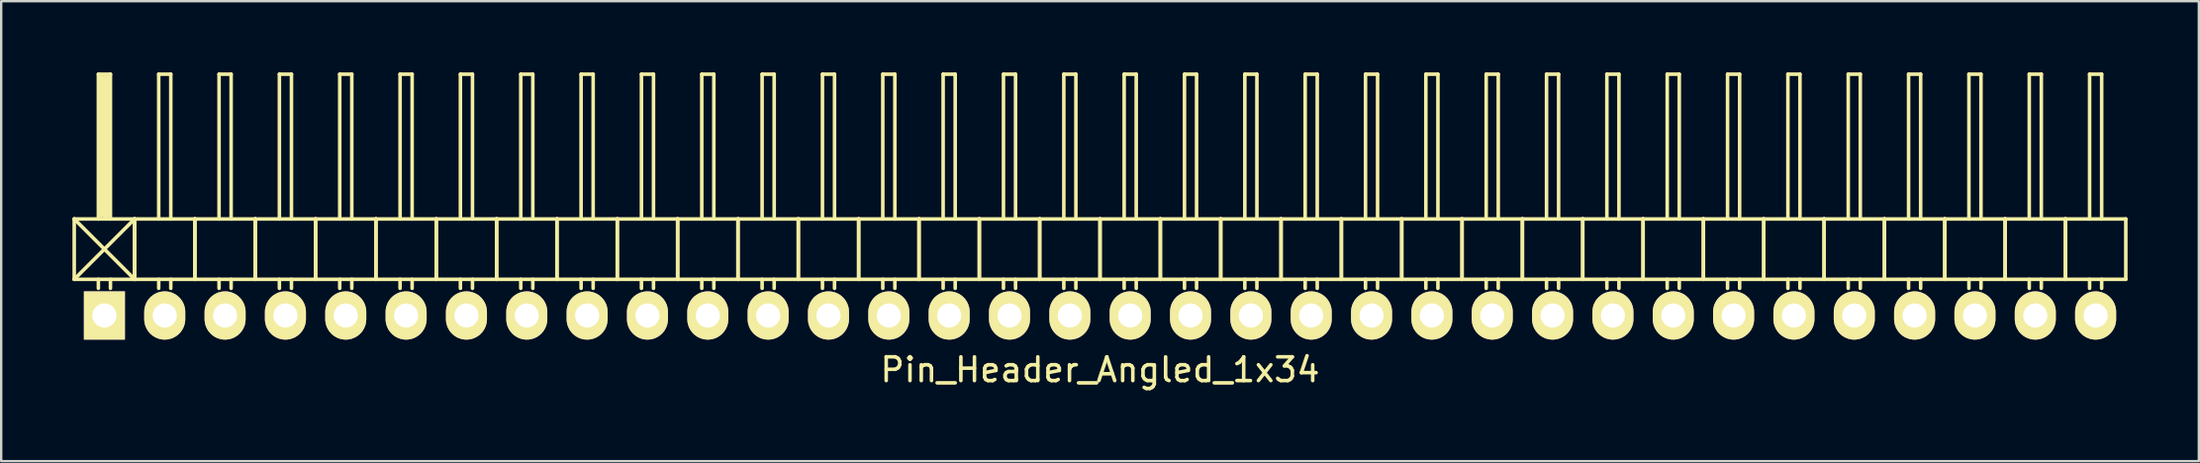
<source format=kicad_pcb>
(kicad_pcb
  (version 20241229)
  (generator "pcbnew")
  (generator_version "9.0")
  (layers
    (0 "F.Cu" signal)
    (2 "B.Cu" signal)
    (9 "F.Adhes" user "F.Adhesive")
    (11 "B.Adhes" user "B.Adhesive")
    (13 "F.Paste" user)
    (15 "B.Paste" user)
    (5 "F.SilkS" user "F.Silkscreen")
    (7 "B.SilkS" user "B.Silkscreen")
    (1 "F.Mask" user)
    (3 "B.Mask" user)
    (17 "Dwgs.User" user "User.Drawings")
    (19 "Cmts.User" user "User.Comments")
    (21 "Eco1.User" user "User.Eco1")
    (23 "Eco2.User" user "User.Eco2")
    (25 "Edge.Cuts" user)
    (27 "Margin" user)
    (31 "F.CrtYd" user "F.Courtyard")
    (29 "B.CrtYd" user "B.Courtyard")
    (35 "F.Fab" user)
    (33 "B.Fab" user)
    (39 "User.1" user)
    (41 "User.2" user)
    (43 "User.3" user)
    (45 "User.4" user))
  (footprint "Pin_Header_Angled_1x34"
    (layer "F.Cu")
    (at 43.255 10.235)
    (property "Reference" "Pin_Header_Angled_1x34" (at 0 2.286 0) (layer "F.SilkS") (effects (font (size 1 1) (thickness 0.15))))
    (attr through_hole)
    (fp_line (start -43.18 -4.064) (end -40.64 -1.524) (stroke (width 0.15) (type solid)) (layer "F.SilkS"))
    (fp_line (start -43.18 -1.524) (end -43.18 -4.064) (stroke (width 0.15) (type solid)) (layer "F.SilkS"))
    (fp_line (start -43.18 -1.524) (end -40.64 -1.524) (stroke (width 0.15) (type solid)) (layer "F.SilkS"))
    (fp_line (start -42.164 -10.16) (end -41.656 -10.16) (stroke (width 0.15) (type solid)) (layer "F.SilkS"))
    (fp_line (start -42.164 -4.064) (end -42.164 -10.16) (stroke (width 0.15) (type solid)) (layer "F.SilkS"))
    (fp_line (start -42.164 -1.524) (end -42.164 -1.143) (stroke (width 0.15) (type solid)) (layer "F.SilkS"))
    (fp_line (start -42.037 -10.033) (end -41.783 -10.033) (stroke (width 0.15) (type solid)) (layer "F.SilkS"))
    (fp_line (start -42.037 -4.191) (end -42.037 -10.033) (stroke (width 0.15) (type solid)) (layer "F.SilkS"))
    (fp_line (start -41.91 -4.191) (end -41.91 -10.033) (stroke (width 0.15) (type solid)) (layer "F.SilkS"))
    (fp_line (start -41.783 -10.033) (end -41.783 -4.191) (stroke (width 0.15) (type solid)) (layer "F.SilkS"))
    (fp_line (start -41.783 -4.191) (end -41.91 -4.191) (stroke (width 0.15) (type solid)) (layer "F.SilkS"))
    (fp_line (start -41.656 -10.16) (end -41.656 -4.064) (stroke (width 0.15) (type solid)) (layer "F.SilkS"))
    (fp_line (start -41.656 -1.524) (end -41.656 -1.143) (stroke (width 0.15) (type solid)) (layer "F.SilkS"))
    (fp_line (start -40.64 -4.064) (end -43.18 -4.064) (stroke (width 0.15) (type solid)) (layer "F.SilkS"))
    (fp_line (start -40.64 -4.064) (end -43.18 -1.524) (stroke (width 0.15) (type solid)) (layer "F.SilkS"))
    (fp_line (start -40.64 -1.524) (end -40.64 -4.064) (stroke (width 0.15) (type solid)) (layer "F.SilkS"))
    (fp_line (start -40.64 -1.524) (end -40.64 -4.064) (stroke (width 0.15) (type solid)) (layer "F.SilkS"))
    (fp_line (start -40.64 -1.524) (end -38.1 -1.524) (stroke (width 0.15) (type solid)) (layer "F.SilkS"))
    (fp_line (start -39.624 -10.16) (end -39.116 -10.16) (stroke (width 0.15) (type solid)) (layer "F.SilkS"))
    (fp_line (start -39.624 -4.064) (end -39.624 -10.16) (stroke (width 0.15) (type solid)) (layer "F.SilkS"))
    (fp_line (start -39.624 -1.524) (end -39.624 -1.143) (stroke (width 0.15) (type solid)) (layer "F.SilkS"))
    (fp_line (start -39.116 -10.16) (end -39.116 -4.064) (stroke (width 0.15) (type solid)) (layer "F.SilkS"))
    (fp_line (start -39.116 -1.524) (end -39.116 -1.143) (stroke (width 0.15) (type solid)) (layer "F.SilkS"))
    (fp_line (start -38.1 -4.064) (end -40.64 -4.064) (stroke (width 0.15) (type solid)) (layer "F.SilkS"))
    (fp_line (start -38.1 -1.524) (end -38.1 -4.064) (stroke (width 0.15) (type solid)) (layer "F.SilkS"))
    (fp_line (start -38.1 -1.524) (end -38.1 -4.064) (stroke (width 0.15) (type solid)) (layer "F.SilkS"))
    (fp_line (start -38.1 -1.524) (end -35.56 -1.524) (stroke (width 0.15) (type solid)) (layer "F.SilkS"))
    (fp_line (start -37.084 -10.16) (end -36.576 -10.16) (stroke (width 0.15) (type solid)) (layer "F.SilkS"))
    (fp_line (start -37.084 -4.064) (end -37.084 -10.16) (stroke (width 0.15) (type solid)) (layer "F.SilkS"))
    (fp_line (start -37.084 -1.524) (end -37.084 -1.143) (stroke (width 0.15) (type solid)) (layer "F.SilkS"))
    (fp_line (start -36.576 -10.16) (end -36.576 -4.064) (stroke (width 0.15) (type solid)) (layer "F.SilkS"))
    (fp_line (start -36.576 -1.524) (end -36.576 -1.143) (stroke (width 0.15) (type solid)) (layer "F.SilkS"))
    (fp_line (start -35.56 -4.064) (end -38.1 -4.064) (stroke (width 0.15) (type solid)) (layer "F.SilkS"))
    (fp_line (start -35.56 -1.524) (end -35.56 -4.064) (stroke (width 0.15) (type solid)) (layer "F.SilkS"))
    (fp_line (start -35.56 -1.524) (end -35.56 -4.064) (stroke (width 0.15) (type solid)) (layer "F.SilkS"))
    (fp_line (start -35.56 -1.524) (end -33.02 -1.524) (stroke (width 0.15) (type solid)) (layer "F.SilkS"))
    (fp_line (start -34.544 -10.16) (end -34.036 -10.16) (stroke (width 0.15) (type solid)) (layer "F.SilkS"))
    (fp_line (start -34.544 -4.064) (end -34.544 -10.16) (stroke (width 0.15) (type solid)) (layer "F.SilkS"))
    (fp_line (start -34.544 -1.524) (end -34.544 -1.143) (stroke (width 0.15) (type solid)) (layer "F.SilkS"))
    (fp_line (start -34.036 -10.16) (end -34.036 -4.064) (stroke (width 0.15) (type solid)) (layer "F.SilkS"))
    (fp_line (start -34.036 -1.524) (end -34.036 -1.143) (stroke (width 0.15) (type solid)) (layer "F.SilkS"))
    (fp_line (start -33.02 -4.064) (end -35.56 -4.064) (stroke (width 0.15) (type solid)) (layer "F.SilkS"))
    (fp_line (start -33.02 -1.524) (end -33.02 -4.064) (stroke (width 0.15) (type solid)) (layer "F.SilkS"))
    (fp_line (start -33.02 -1.524) (end -33.02 -4.064) (stroke (width 0.15) (type solid)) (layer "F.SilkS"))
    (fp_line (start -33.02 -1.524) (end -30.48 -1.524) (stroke (width 0.15) (type solid)) (layer "F.SilkS"))
    (fp_line (start -32.004 -10.16) (end -31.496 -10.16) (stroke (width 0.15) (type solid)) (layer "F.SilkS"))
    (fp_line (start -32.004 -4.064) (end -32.004 -10.16) (stroke (width 0.15) (type solid)) (layer "F.SilkS"))
    (fp_line (start -32.004 -1.524) (end -32.004 -1.143) (stroke (width 0.15) (type solid)) (layer "F.SilkS"))
    (fp_line (start -31.496 -10.16) (end -31.496 -4.064) (stroke (width 0.15) (type solid)) (layer "F.SilkS"))
    (fp_line (start -31.496 -1.524) (end -31.496 -1.143) (stroke (width 0.15) (type solid)) (layer "F.SilkS"))
    (fp_line (start -30.48 -4.064) (end -33.02 -4.064) (stroke (width 0.15) (type solid)) (layer "F.SilkS"))
    (fp_line (start -30.48 -1.524) (end -30.48 -4.064) (stroke (width 0.15) (type solid)) (layer "F.SilkS"))
    (fp_line (start -30.48 -1.524) (end -30.48 -4.064) (stroke (width 0.15) (type solid)) (layer "F.SilkS"))
    (fp_line (start -30.48 -1.524) (end -27.94 -1.524) (stroke (width 0.15) (type solid)) (layer "F.SilkS"))
    (fp_line (start -29.464 -10.16) (end -28.956 -10.16) (stroke (width 0.15) (type solid)) (layer "F.SilkS"))
    (fp_line (start -29.464 -4.064) (end -29.464 -10.16) (stroke (width 0.15) (type solid)) (layer "F.SilkS"))
    (fp_line (start -29.464 -1.524) (end -29.464 -1.143) (stroke (width 0.15) (type solid)) (layer "F.SilkS"))
    (fp_line (start -28.956 -10.16) (end -28.956 -4.064) (stroke (width 0.15) (type solid)) (layer "F.SilkS"))
    (fp_line (start -28.956 -1.524) (end -28.956 -1.143) (stroke (width 0.15) (type solid)) (layer "F.SilkS"))
    (fp_line (start -27.94 -4.064) (end -30.48 -4.064) (stroke (width 0.15) (type solid)) (layer "F.SilkS"))
    (fp_line (start -27.94 -1.524) (end -27.94 -4.064) (stroke (width 0.15) (type solid)) (layer "F.SilkS"))
    (fp_line (start -27.94 -1.524) (end -27.94 -4.064) (stroke (width 0.15) (type solid)) (layer "F.SilkS"))
    (fp_line (start -27.94 -1.524) (end -25.4 -1.524) (stroke (width 0.15) (type solid)) (layer "F.SilkS"))
    (fp_line (start -26.924 -10.16) (end -26.416 -10.16) (stroke (width 0.15) (type solid)) (layer "F.SilkS"))
    (fp_line (start -26.924 -4.064) (end -26.924 -10.16) (stroke (width 0.15) (type solid)) (layer "F.SilkS"))
    (fp_line (start -26.924 -1.524) (end -26.924 -1.143) (stroke (width 0.15) (type solid)) (layer "F.SilkS"))
    (fp_line (start -26.416 -10.16) (end -26.416 -4.064) (stroke (width 0.15) (type solid)) (layer "F.SilkS"))
    (fp_line (start -26.416 -1.524) (end -26.416 -1.143) (stroke (width 0.15) (type solid)) (layer "F.SilkS"))
    (fp_line (start -25.4 -4.064) (end -27.94 -4.064) (stroke (width 0.15) (type solid)) (layer "F.SilkS"))
    (fp_line (start -25.4 -1.524) (end -25.4 -4.064) (stroke (width 0.15) (type solid)) (layer "F.SilkS"))
    (fp_line (start -25.4 -1.524) (end -25.4 -4.064) (stroke (width 0.15) (type solid)) (layer "F.SilkS"))
    (fp_line (start -25.4 -1.524) (end -22.86 -1.524) (stroke (width 0.15) (type solid)) (layer "F.SilkS"))
    (fp_line (start -24.384 -10.16) (end -23.876 -10.16) (stroke (width 0.15) (type solid)) (layer "F.SilkS"))
    (fp_line (start -24.384 -4.064) (end -24.384 -10.16) (stroke (width 0.15) (type solid)) (layer "F.SilkS"))
    (fp_line (start -24.384 -1.524) (end -24.384 -1.143) (stroke (width 0.15) (type solid)) (layer "F.SilkS"))
    (fp_line (start -23.876 -10.16) (end -23.876 -4.064) (stroke (width 0.15) (type solid)) (layer "F.SilkS"))
    (fp_line (start -23.876 -1.524) (end -23.876 -1.143) (stroke (width 0.15) (type solid)) (layer "F.SilkS"))
    (fp_line (start -22.86 -4.064) (end -25.4 -4.064) (stroke (width 0.15) (type solid)) (layer "F.SilkS"))
    (fp_line (start -22.86 -1.524) (end -22.86 -4.064) (stroke (width 0.15) (type solid)) (layer "F.SilkS"))
    (fp_line (start -22.86 -1.524) (end -22.86 -4.064) (stroke (width 0.15) (type solid)) (layer "F.SilkS"))
    (fp_line (start -22.86 -1.524) (end -20.32 -1.524) (stroke (width 0.15) (type solid)) (layer "F.SilkS"))
    (fp_line (start -21.844 -10.16) (end -21.336 -10.16) (stroke (width 0.15) (type solid)) (layer "F.SilkS"))
    (fp_line (start -21.844 -4.064) (end -21.844 -10.16) (stroke (width 0.15) (type solid)) (layer "F.SilkS"))
    (fp_line (start -21.844 -1.524) (end -21.844 -1.143) (stroke (width 0.15) (type solid)) (layer "F.SilkS"))
    (fp_line (start -21.336 -10.16) (end -21.336 -4.064) (stroke (width 0.15) (type solid)) (layer "F.SilkS"))
    (fp_line (start -21.336 -1.524) (end -21.336 -1.143) (stroke (width 0.15) (type solid)) (layer "F.SilkS"))
    (fp_line (start -20.32 -4.064) (end -22.86 -4.064) (stroke (width 0.15) (type solid)) (layer "F.SilkS"))
    (fp_line (start -20.32 -1.524) (end -20.32 -4.064) (stroke (width 0.15) (type solid)) (layer "F.SilkS"))
    (fp_line (start -20.32 -1.524) (end -20.32 -4.064) (stroke (width 0.15) (type solid)) (layer "F.SilkS"))
    (fp_line (start -20.32 -1.524) (end -17.78 -1.524) (stroke (width 0.15) (type solid)) (layer "F.SilkS"))
    (fp_line (start -19.304 -10.16) (end -18.796 -10.16) (stroke (width 0.15) (type solid)) (layer "F.SilkS"))
    (fp_line (start -19.304 -4.064) (end -19.304 -10.16) (stroke (width 0.15) (type solid)) (layer "F.SilkS"))
    (fp_line (start -19.304 -1.524) (end -19.304 -1.143) (stroke (width 0.15) (type solid)) (layer "F.SilkS"))
    (fp_line (start -18.796 -10.16) (end -18.796 -4.064) (stroke (width 0.15) (type solid)) (layer "F.SilkS"))
    (fp_line (start -18.796 -1.524) (end -18.796 -1.143) (stroke (width 0.15) (type solid)) (layer "F.SilkS"))
    (fp_line (start -17.78 -4.064) (end -20.32 -4.064) (stroke (width 0.15) (type solid)) (layer "F.SilkS"))
    (fp_line (start -17.78 -1.524) (end -17.78 -4.064) (stroke (width 0.15) (type solid)) (layer "F.SilkS"))
    (fp_line (start -17.78 -1.524) (end -17.78 -4.064) (stroke (width 0.15) (type solid)) (layer "F.SilkS"))
    (fp_line (start -17.78 -1.524) (end -15.24 -1.524) (stroke (width 0.15) (type solid)) (layer "F.SilkS"))
    (fp_line (start -16.764 -10.16) (end -16.256 -10.16) (stroke (width 0.15) (type solid)) (layer "F.SilkS"))
    (fp_line (start -16.764 -4.064) (end -16.764 -10.16) (stroke (width 0.15) (type solid)) (layer "F.SilkS"))
    (fp_line (start -16.764 -1.524) (end -16.764 -1.143) (stroke (width 0.15) (type solid)) (layer "F.SilkS"))
    (fp_line (start -16.256 -10.16) (end -16.256 -4.064) (stroke (width 0.15) (type solid)) (layer "F.SilkS"))
    (fp_line (start -16.256 -1.524) (end -16.256 -1.143) (stroke (width 0.15) (type solid)) (layer "F.SilkS"))
    (fp_line (start -15.24 -4.064) (end -17.78 -4.064) (stroke (width 0.15) (type solid)) (layer "F.SilkS"))
    (fp_line (start -15.24 -1.524) (end -15.24 -4.064) (stroke (width 0.15) (type solid)) (layer "F.SilkS"))
    (fp_line (start -15.24 -1.524) (end -15.24 -4.064) (stroke (width 0.15) (type solid)) (layer "F.SilkS"))
    (fp_line (start -15.24 -1.524) (end -12.7 -1.524) (stroke (width 0.15) (type solid)) (layer "F.SilkS"))
    (fp_line (start -14.224 -10.16) (end -13.716 -10.16) (stroke (width 0.15) (type solid)) (layer "F.SilkS"))
    (fp_line (start -14.224 -4.064) (end -14.224 -10.16) (stroke (width 0.15) (type solid)) (layer "F.SilkS"))
    (fp_line (start -14.224 -1.524) (end -14.224 -1.143) (stroke (width 0.15) (type solid)) (layer "F.SilkS"))
    (fp_line (start -13.716 -10.16) (end -13.716 -4.064) (stroke (width 0.15) (type solid)) (layer "F.SilkS"))
    (fp_line (start -13.716 -1.524) (end -13.716 -1.143) (stroke (width 0.15) (type solid)) (layer "F.SilkS"))
    (fp_line (start -12.7 -4.064) (end -15.24 -4.064) (stroke (width 0.15) (type solid)) (layer "F.SilkS"))
    (fp_line (start -12.7 -1.524) (end -12.7 -4.064) (stroke (width 0.15) (type solid)) (layer "F.SilkS"))
    (fp_line (start -12.7 -1.524) (end -12.7 -4.064) (stroke (width 0.15) (type solid)) (layer "F.SilkS"))
    (fp_line (start -12.7 -1.524) (end -10.16 -1.524) (stroke (width 0.15) (type solid)) (layer "F.SilkS"))
    (fp_line (start -11.684 -10.16) (end -11.176 -10.16) (stroke (width 0.15) (type solid)) (layer "F.SilkS"))
    (fp_line (start -11.684 -4.064) (end -11.684 -10.16) (stroke (width 0.15) (type solid)) (layer "F.SilkS"))
    (fp_line (start -11.684 -1.524) (end -11.684 -1.143) (stroke (width 0.15) (type solid)) (layer "F.SilkS"))
    (fp_line (start -11.176 -10.16) (end -11.176 -4.064) (stroke (width 0.15) (type solid)) (layer "F.SilkS"))
    (fp_line (start -11.176 -1.524) (end -11.176 -1.143) (stroke (width 0.15) (type solid)) (layer "F.SilkS"))
    (fp_line (start -10.16 -4.064) (end -12.7 -4.064) (stroke (width 0.15) (type solid)) (layer "F.SilkS"))
    (fp_line (start -10.16 -1.524) (end -10.16 -4.064) (stroke (width 0.15) (type solid)) (layer "F.SilkS"))
    (fp_line (start -10.16 -1.524) (end -10.16 -4.064) (stroke (width 0.15) (type solid)) (layer "F.SilkS"))
    (fp_line (start -10.16 -1.524) (end -7.62 -1.524) (stroke (width 0.15) (type solid)) (layer "F.SilkS"))
    (fp_line (start -9.144 -10.16) (end -8.636 -10.16) (stroke (width 0.15) (type solid)) (layer "F.SilkS"))
    (fp_line (start -9.144 -4.064) (end -9.144 -10.16) (stroke (width 0.15) (type solid)) (layer "F.SilkS"))
    (fp_line (start -9.144 -1.524) (end -9.144 -1.143) (stroke (width 0.15) (type solid)) (layer "F.SilkS"))
    (fp_line (start -8.636 -10.16) (end -8.636 -4.064) (stroke (width 0.15) (type solid)) (layer "F.SilkS"))
    (fp_line (start -8.636 -1.524) (end -8.636 -1.143) (stroke (width 0.15) (type solid)) (layer "F.SilkS"))
    (fp_line (start -7.62 -4.064) (end -10.16 -4.064) (stroke (width 0.15) (type solid)) (layer "F.SilkS"))
    (fp_line (start -7.62 -1.524) (end -7.62 -4.064) (stroke (width 0.15) (type solid)) (layer "F.SilkS"))
    (fp_line (start -7.62 -1.524) (end -7.62 -4.064) (stroke (width 0.15) (type solid)) (layer "F.SilkS"))
    (fp_line (start -7.62 -1.524) (end -5.08 -1.524) (stroke (width 0.15) (type solid)) (layer "F.SilkS"))
    (fp_line (start -6.604 -10.16) (end -6.096 -10.16) (stroke (width 0.15) (type solid)) (layer "F.SilkS"))
    (fp_line (start -6.604 -4.064) (end -6.604 -10.16) (stroke (width 0.15) (type solid)) (layer "F.SilkS"))
    (fp_line (start -6.604 -1.524) (end -6.604 -1.143) (stroke (width 0.15) (type solid)) (layer "F.SilkS"))
    (fp_line (start -6.096 -10.16) (end -6.096 -4.064) (stroke (width 0.15) (type solid)) (layer "F.SilkS"))
    (fp_line (start -6.096 -1.524) (end -6.096 -1.143) (stroke (width 0.15) (type solid)) (layer "F.SilkS"))
    (fp_line (start -5.08 -4.064) (end -7.62 -4.064) (stroke (width 0.15) (type solid)) (layer "F.SilkS"))
    (fp_line (start -5.08 -1.524) (end -5.08 -4.064) (stroke (width 0.15) (type solid)) (layer "F.SilkS"))
    (fp_line (start -5.08 -1.524) (end -5.08 -4.064) (stroke (width 0.15) (type solid)) (layer "F.SilkS"))
    (fp_line (start -5.08 -1.524) (end -2.54 -1.524) (stroke (width 0.15) (type solid)) (layer "F.SilkS"))
    (fp_line (start -4.064 -10.16) (end -3.556 -10.16) (stroke (width 0.15) (type solid)) (layer "F.SilkS"))
    (fp_line (start -4.064 -4.064) (end -4.064 -10.16) (stroke (width 0.15) (type solid)) (layer "F.SilkS"))
    (fp_line (start -4.064 -1.524) (end -4.064 -1.143) (stroke (width 0.15) (type solid)) (layer "F.SilkS"))
    (fp_line (start -3.556 -10.16) (end -3.556 -4.064) (stroke (width 0.15) (type solid)) (layer "F.SilkS"))
    (fp_line (start -3.556 -1.524) (end -3.556 -1.143) (stroke (width 0.15) (type solid)) (layer "F.SilkS"))
    (fp_line (start -2.54 -4.064) (end -5.08 -4.064) (stroke (width 0.15) (type solid)) (layer "F.SilkS"))
    (fp_line (start -2.54 -1.524) (end -2.54 -4.064) (stroke (width 0.15) (type solid)) (layer "F.SilkS"))
    (fp_line (start -2.54 -1.524) (end -2.54 -4.064) (stroke (width 0.15) (type solid)) (layer "F.SilkS"))
    (fp_line (start -2.54 -1.524) (end 0 -1.524) (stroke (width 0.15) (type solid)) (layer "F.SilkS"))
    (fp_line (start -1.524 -10.16) (end -1.016 -10.16) (stroke (width 0.15) (type solid)) (layer "F.SilkS"))
    (fp_line (start -1.524 -4.064) (end -1.524 -10.16) (stroke (width 0.15) (type solid)) (layer "F.SilkS"))
    (fp_line (start -1.524 -1.524) (end -1.524 -1.143) (stroke (width 0.15) (type solid)) (layer "F.SilkS"))
    (fp_line (start -1.016 -10.16) (end -1.016 -4.064) (stroke (width 0.15) (type solid)) (layer "F.SilkS"))
    (fp_line (start -1.016 -1.524) (end -1.016 -1.143) (stroke (width 0.15) (type solid)) (layer "F.SilkS"))
    (fp_line (start 0 -4.064) (end -2.54 -4.064) (stroke (width 0.15) (type solid)) (layer "F.SilkS"))
    (fp_line (start 0 -1.524) (end 0 -4.064) (stroke (width 0.15) (type solid)) (layer "F.SilkS"))
    (fp_line (start 0 -1.524) (end 0 -4.064) (stroke (width 0.15) (type solid)) (layer "F.SilkS"))
    (fp_line (start 0 -1.524) (end 2.54 -1.524) (stroke (width 0.15) (type solid)) (layer "F.SilkS"))
    (fp_line (start 1.016 -10.16) (end 1.524 -10.16) (stroke (width 0.15) (type solid)) (layer "F.SilkS"))
    (fp_line (start 1.016 -4.064) (end 1.016 -10.16) (stroke (width 0.15) (type solid)) (layer "F.SilkS"))
    (fp_line (start 1.016 -1.524) (end 1.016 -1.143) (stroke (width 0.15) (type solid)) (layer "F.SilkS"))
    (fp_line (start 1.524 -10.16) (end 1.524 -4.064) (stroke (width 0.15) (type solid)) (layer "F.SilkS"))
    (fp_line (start 1.524 -1.524) (end 1.524 -1.143) (stroke (width 0.15) (type solid)) (layer "F.SilkS"))
    (fp_line (start 2.54 -4.064) (end 0 -4.064) (stroke (width 0.15) (type solid)) (layer "F.SilkS"))
    (fp_line (start 2.54 -1.524) (end 2.54 -4.064) (stroke (width 0.15) (type solid)) (layer "F.SilkS"))
    (fp_line (start 2.54 -1.524) (end 2.54 -4.064) (stroke (width 0.15) (type solid)) (layer "F.SilkS"))
    (fp_line (start 2.54 -1.524) (end 5.08 -1.524) (stroke (width 0.15) (type solid)) (layer "F.SilkS"))
    (fp_line (start 3.556 -10.16) (end 4.064 -10.16) (stroke (width 0.15) (type solid)) (layer "F.SilkS"))
    (fp_line (start 3.556 -4.064) (end 3.556 -10.16) (stroke (width 0.15) (type solid)) (layer "F.SilkS"))
    (fp_line (start 3.556 -1.524) (end 3.556 -1.143) (stroke (width 0.15) (type solid)) (layer "F.SilkS"))
    (fp_line (start 4.064 -10.16) (end 4.064 -4.064) (stroke (width 0.15) (type solid)) (layer "F.SilkS"))
    (fp_line (start 4.064 -1.524) (end 4.064 -1.143) (stroke (width 0.15) (type solid)) (layer "F.SilkS"))
    (fp_line (start 5.08 -4.064) (end 2.54 -4.064) (stroke (width 0.15) (type solid)) (layer "F.SilkS"))
    (fp_line (start 5.08 -1.524) (end 5.08 -4.064) (stroke (width 0.15) (type solid)) (layer "F.SilkS"))
    (fp_line (start 5.08 -1.524) (end 5.08 -4.064) (stroke (width 0.15) (type solid)) (layer "F.SilkS"))
    (fp_line (start 5.08 -1.524) (end 7.62 -1.524) (stroke (width 0.15) (type solid)) (layer "F.SilkS"))
    (fp_line (start 6.096 -10.16) (end 6.604 -10.16) (stroke (width 0.15) (type solid)) (layer "F.SilkS"))
    (fp_line (start 6.096 -4.064) (end 6.096 -10.16) (stroke (width 0.15) (type solid)) (layer "F.SilkS"))
    (fp_line (start 6.096 -1.524) (end 6.096 -1.143) (stroke (width 0.15) (type solid)) (layer "F.SilkS"))
    (fp_line (start 6.604 -10.16) (end 6.604 -4.064) (stroke (width 0.15) (type solid)) (layer "F.SilkS"))
    (fp_line (start 6.604 -1.524) (end 6.604 -1.143) (stroke (width 0.15) (type solid)) (layer "F.SilkS"))
    (fp_line (start 7.62 -4.064) (end 5.08 -4.064) (stroke (width 0.15) (type solid)) (layer "F.SilkS"))
    (fp_line (start 7.62 -1.524) (end 7.62 -4.064) (stroke (width 0.15) (type solid)) (layer "F.SilkS"))
    (fp_line (start 7.62 -1.524) (end 7.62 -4.064) (stroke (width 0.15) (type solid)) (layer "F.SilkS"))
    (fp_line (start 7.62 -1.524) (end 10.16 -1.524) (stroke (width 0.15) (type solid)) (layer "F.SilkS"))
    (fp_line (start 8.636 -10.16) (end 9.144 -10.16) (stroke (width 0.15) (type solid)) (layer "F.SilkS"))
    (fp_line (start 8.636 -4.064) (end 8.636 -10.16) (stroke (width 0.15) (type solid)) (layer "F.SilkS"))
    (fp_line (start 8.636 -1.524) (end 8.636 -1.143) (stroke (width 0.15) (type solid)) (layer "F.SilkS"))
    (fp_line (start 9.144 -10.16) (end 9.144 -4.064) (stroke (width 0.15) (type solid)) (layer "F.SilkS"))
    (fp_line (start 9.144 -1.524) (end 9.144 -1.143) (stroke (width 0.15) (type solid)) (layer "F.SilkS"))
    (fp_line (start 10.16 -4.064) (end 7.62 -4.064) (stroke (width 0.15) (type solid)) (layer "F.SilkS"))
    (fp_line (start 10.16 -1.524) (end 10.16 -4.064) (stroke (width 0.15) (type solid)) (layer "F.SilkS"))
    (fp_line (start 10.16 -1.524) (end 10.16 -4.064) (stroke (width 0.15) (type solid)) (layer "F.SilkS"))
    (fp_line (start 10.16 -1.524) (end 12.7 -1.524) (stroke (width 0.15) (type solid)) (layer "F.SilkS"))
    (fp_line (start 11.176 -10.16) (end 11.684 -10.16) (stroke (width 0.15) (type solid)) (layer "F.SilkS"))
    (fp_line (start 11.176 -4.064) (end 11.176 -10.16) (stroke (width 0.15) (type solid)) (layer "F.SilkS"))
    (fp_line (start 11.176 -1.524) (end 11.176 -1.143) (stroke (width 0.15) (type solid)) (layer "F.SilkS"))
    (fp_line (start 11.684 -10.16) (end 11.684 -4.064) (stroke (width 0.15) (type solid)) (layer "F.SilkS"))
    (fp_line (start 11.684 -1.524) (end 11.684 -1.143) (stroke (width 0.15) (type solid)) (layer "F.SilkS"))
    (fp_line (start 12.7 -4.064) (end 10.16 -4.064) (stroke (width 0.15) (type solid)) (layer "F.SilkS"))
    (fp_line (start 12.7 -1.524) (end 12.7 -4.064) (stroke (width 0.15) (type solid)) (layer "F.SilkS"))
    (fp_line (start 12.7 -1.524) (end 12.7 -4.064) (stroke (width 0.15) (type solid)) (layer "F.SilkS"))
    (fp_line (start 12.7 -1.524) (end 15.24 -1.524) (stroke (width 0.15) (type solid)) (layer "F.SilkS"))
    (fp_line (start 13.716 -10.16) (end 14.224 -10.16) (stroke (width 0.15) (type solid)) (layer "F.SilkS"))
    (fp_line (start 13.716 -4.064) (end 13.716 -10.16) (stroke (width 0.15) (type solid)) (layer "F.SilkS"))
    (fp_line (start 13.716 -1.524) (end 13.716 -1.143) (stroke (width 0.15) (type solid)) (layer "F.SilkS"))
    (fp_line (start 14.224 -10.16) (end 14.224 -4.064) (stroke (width 0.15) (type solid)) (layer "F.SilkS"))
    (fp_line (start 14.224 -1.524) (end 14.224 -1.143) (stroke (width 0.15) (type solid)) (layer "F.SilkS"))
    (fp_line (start 15.24 -4.064) (end 12.7 -4.064) (stroke (width 0.15) (type solid)) (layer "F.SilkS"))
    (fp_line (start 15.24 -1.524) (end 15.24 -4.064) (stroke (width 0.15) (type solid)) (layer "F.SilkS"))
    (fp_line (start 15.24 -1.524) (end 15.24 -4.064) (stroke (width 0.15) (type solid)) (layer "F.SilkS"))
    (fp_line (start 15.24 -1.524) (end 17.78 -1.524) (stroke (width 0.15) (type solid)) (layer "F.SilkS"))
    (fp_line (start 16.256 -10.16) (end 16.764 -10.16) (stroke (width 0.15) (type solid)) (layer "F.SilkS"))
    (fp_line (start 16.256 -4.064) (end 16.256 -10.16) (stroke (width 0.15) (type solid)) (layer "F.SilkS"))
    (fp_line (start 16.256 -1.524) (end 16.256 -1.143) (stroke (width 0.15) (type solid)) (layer "F.SilkS"))
    (fp_line (start 16.764 -10.16) (end 16.764 -4.064) (stroke (width 0.15) (type solid)) (layer "F.SilkS"))
    (fp_line (start 16.764 -1.524) (end 16.764 -1.143) (stroke (width 0.15) (type solid)) (layer "F.SilkS"))
    (fp_line (start 17.78 -4.064) (end 15.24 -4.064) (stroke (width 0.15) (type solid)) (layer "F.SilkS"))
    (fp_line (start 17.78 -1.524) (end 17.78 -4.064) (stroke (width 0.15) (type solid)) (layer "F.SilkS"))
    (fp_line (start 17.78 -1.524) (end 17.78 -4.064) (stroke (width 0.15) (type solid)) (layer "F.SilkS"))
    (fp_line (start 17.78 -1.524) (end 20.32 -1.524) (stroke (width 0.15) (type solid)) (layer "F.SilkS"))
    (fp_line (start 18.796 -10.16) (end 19.304 -10.16) (stroke (width 0.15) (type solid)) (layer "F.SilkS"))
    (fp_line (start 18.796 -4.064) (end 18.796 -10.16) (stroke (width 0.15) (type solid)) (layer "F.SilkS"))
    (fp_line (start 18.796 -1.524) (end 18.796 -1.143) (stroke (width 0.15) (type solid)) (layer "F.SilkS"))
    (fp_line (start 19.304 -10.16) (end 19.304 -4.064) (stroke (width 0.15) (type solid)) (layer "F.SilkS"))
    (fp_line (start 19.304 -1.524) (end 19.304 -1.143) (stroke (width 0.15) (type solid)) (layer "F.SilkS"))
    (fp_line (start 20.32 -4.064) (end 17.78 -4.064) (stroke (width 0.15) (type solid)) (layer "F.SilkS"))
    (fp_line (start 20.32 -1.524) (end 20.32 -4.064) (stroke (width 0.15) (type solid)) (layer "F.SilkS"))
    (fp_line (start 20.32 -1.524) (end 20.32 -4.064) (stroke (width 0.15) (type solid)) (layer "F.SilkS"))
    (fp_line (start 20.32 -1.524) (end 22.86 -1.524) (stroke (width 0.15) (type solid)) (layer "F.SilkS"))
    (fp_line (start 21.336 -10.16) (end 21.844 -10.16) (stroke (width 0.15) (type solid)) (layer "F.SilkS"))
    (fp_line (start 21.336 -4.064) (end 21.336 -10.16) (stroke (width 0.15) (type solid)) (layer "F.SilkS"))
    (fp_line (start 21.336 -1.524) (end 21.336 -1.143) (stroke (width 0.15) (type solid)) (layer "F.SilkS"))
    (fp_line (start 21.844 -10.16) (end 21.844 -4.064) (stroke (width 0.15) (type solid)) (layer "F.SilkS"))
    (fp_line (start 21.844 -1.524) (end 21.844 -1.143) (stroke (width 0.15) (type solid)) (layer "F.SilkS"))
    (fp_line (start 22.86 -4.064) (end 20.32 -4.064) (stroke (width 0.15) (type solid)) (layer "F.SilkS"))
    (fp_line (start 22.86 -1.524) (end 22.86 -4.064) (stroke (width 0.15) (type solid)) (layer "F.SilkS"))
    (fp_line (start 22.86 -1.524) (end 22.86 -4.064) (stroke (width 0.15) (type solid)) (layer "F.SilkS"))
    (fp_line (start 22.86 -1.524) (end 25.4 -1.524) (stroke (width 0.15) (type solid)) (layer "F.SilkS"))
    (fp_line (start 23.876 -10.16) (end 24.384 -10.16) (stroke (width 0.15) (type solid)) (layer "F.SilkS"))
    (fp_line (start 23.876 -4.064) (end 23.876 -10.16) (stroke (width 0.15) (type solid)) (layer "F.SilkS"))
    (fp_line (start 23.876 -1.524) (end 23.876 -1.143) (stroke (width 0.15) (type solid)) (layer "F.SilkS"))
    (fp_line (start 24.384 -10.16) (end 24.384 -4.064) (stroke (width 0.15) (type solid)) (layer "F.SilkS"))
    (fp_line (start 24.384 -1.524) (end 24.384 -1.143) (stroke (width 0.15) (type solid)) (layer "F.SilkS"))
    (fp_line (start 25.4 -4.064) (end 22.86 -4.064) (stroke (width 0.15) (type solid)) (layer "F.SilkS"))
    (fp_line (start 25.4 -1.524) (end 25.4 -4.064) (stroke (width 0.15) (type solid)) (layer "F.SilkS"))
    (fp_line (start 25.4 -1.524) (end 25.4 -4.064) (stroke (width 0.15) (type solid)) (layer "F.SilkS"))
    (fp_line (start 25.4 -1.524) (end 27.94 -1.524) (stroke (width 0.15) (type solid)) (layer "F.SilkS"))
    (fp_line (start 26.416 -10.16) (end 26.924 -10.16) (stroke (width 0.15) (type solid)) (layer "F.SilkS"))
    (fp_line (start 26.416 -4.064) (end 26.416 -10.16) (stroke (width 0.15) (type solid)) (layer "F.SilkS"))
    (fp_line (start 26.416 -1.524) (end 26.416 -1.143) (stroke (width 0.15) (type solid)) (layer "F.SilkS"))
    (fp_line (start 26.924 -10.16) (end 26.924 -4.064) (stroke (width 0.15) (type solid)) (layer "F.SilkS"))
    (fp_line (start 26.924 -1.524) (end 26.924 -1.143) (stroke (width 0.15) (type solid)) (layer "F.SilkS"))
    (fp_line (start 27.94 -4.064) (end 25.4 -4.064) (stroke (width 0.15) (type solid)) (layer "F.SilkS"))
    (fp_line (start 27.94 -1.524) (end 27.94 -4.064) (stroke (width 0.15) (type solid)) (layer "F.SilkS"))
    (fp_line (start 27.94 -1.524) (end 27.94 -4.064) (stroke (width 0.15) (type solid)) (layer "F.SilkS"))
    (fp_line (start 27.94 -1.524) (end 30.48 -1.524) (stroke (width 0.15) (type solid)) (layer "F.SilkS"))
    (fp_line (start 28.956 -10.16) (end 29.464 -10.16) (stroke (width 0.15) (type solid)) (layer "F.SilkS"))
    (fp_line (start 28.956 -4.064) (end 28.956 -10.16) (stroke (width 0.15) (type solid)) (layer "F.SilkS"))
    (fp_line (start 28.956 -1.524) (end 28.956 -1.143) (stroke (width 0.15) (type solid)) (layer "F.SilkS"))
    (fp_line (start 29.464 -10.16) (end 29.464 -4.064) (stroke (width 0.15) (type solid)) (layer "F.SilkS"))
    (fp_line (start 29.464 -1.524) (end 29.464 -1.143) (stroke (width 0.15) (type solid)) (layer "F.SilkS"))
    (fp_line (start 30.48 -4.064) (end 27.94 -4.064) (stroke (width 0.15) (type solid)) (layer "F.SilkS"))
    (fp_line (start 30.48 -1.524) (end 30.48 -4.064) (stroke (width 0.15) (type solid)) (layer "F.SilkS"))
    (fp_line (start 30.48 -1.524) (end 30.48 -4.064) (stroke (width 0.15) (type solid)) (layer "F.SilkS"))
    (fp_line (start 30.48 -1.524) (end 33.02 -1.524) (stroke (width 0.15) (type solid)) (layer "F.SilkS"))
    (fp_line (start 31.496 -10.16) (end 32.004 -10.16) (stroke (width 0.15) (type solid)) (layer "F.SilkS"))
    (fp_line (start 31.496 -4.064) (end 31.496 -10.16) (stroke (width 0.15) (type solid)) (layer "F.SilkS"))
    (fp_line (start 31.496 -1.524) (end 31.496 -1.143) (stroke (width 0.15) (type solid)) (layer "F.SilkS"))
    (fp_line (start 32.004 -10.16) (end 32.004 -4.064) (stroke (width 0.15) (type solid)) (layer "F.SilkS"))
    (fp_line (start 32.004 -1.524) (end 32.004 -1.143) (stroke (width 0.15) (type solid)) (layer "F.SilkS"))
    (fp_line (start 33.02 -4.064) (end 30.48 -4.064) (stroke (width 0.15) (type solid)) (layer "F.SilkS"))
    (fp_line (start 33.02 -1.524) (end 33.02 -4.064) (stroke (width 0.15) (type solid)) (layer "F.SilkS"))
    (fp_line (start 33.02 -1.524) (end 33.02 -4.064) (stroke (width 0.15) (type solid)) (layer "F.SilkS"))
    (fp_line (start 33.02 -1.524) (end 35.56 -1.524) (stroke (width 0.15) (type solid)) (layer "F.SilkS"))
    (fp_line (start 34.036 -10.16) (end 34.544 -10.16) (stroke (width 0.15) (type solid)) (layer "F.SilkS"))
    (fp_line (start 34.036 -4.064) (end 34.036 -10.16) (stroke (width 0.15) (type solid)) (layer "F.SilkS"))
    (fp_line (start 34.036 -1.524) (end 34.036 -1.143) (stroke (width 0.15) (type solid)) (layer "F.SilkS"))
    (fp_line (start 34.544 -10.16) (end 34.544 -4.064) (stroke (width 0.15) (type solid)) (layer "F.SilkS"))
    (fp_line (start 34.544 -1.524) (end 34.544 -1.143) (stroke (width 0.15) (type solid)) (layer "F.SilkS"))
    (fp_line (start 35.56 -4.064) (end 33.02 -4.064) (stroke (width 0.15) (type solid)) (layer "F.SilkS"))
    (fp_line (start 35.56 -1.524) (end 35.56 -4.064) (stroke (width 0.15) (type solid)) (layer "F.SilkS"))
    (fp_line (start 35.56 -1.524) (end 35.56 -4.064) (stroke (width 0.15) (type solid)) (layer "F.SilkS"))
    (fp_line (start 35.56 -1.524) (end 38.1 -1.524) (stroke (width 0.15) (type solid)) (layer "F.SilkS"))
    (fp_line (start 36.576 -10.16) (end 37.084 -10.16) (stroke (width 0.15) (type solid)) (layer "F.SilkS"))
    (fp_line (start 36.576 -4.064) (end 36.576 -10.16) (stroke (width 0.15) (type solid)) (layer "F.SilkS"))
    (fp_line (start 36.576 -1.524) (end 36.576 -1.143) (stroke (width 0.15) (type solid)) (layer "F.SilkS"))
    (fp_line (start 37.084 -10.16) (end 37.084 -4.064) (stroke (width 0.15) (type solid)) (layer "F.SilkS"))
    (fp_line (start 37.084 -1.524) (end 37.084 -1.143) (stroke (width 0.15) (type solid)) (layer "F.SilkS"))
    (fp_line (start 38.1 -4.064) (end 35.56 -4.064) (stroke (width 0.15) (type solid)) (layer "F.SilkS"))
    (fp_line (start 38.1 -1.524) (end 38.1 -4.064) (stroke (width 0.15) (type solid)) (layer "F.SilkS"))
    (fp_line (start 38.1 -1.524) (end 38.1 -4.064) (stroke (width 0.15) (type solid)) (layer "F.SilkS"))
    (fp_line (start 38.1 -1.524) (end 40.64 -1.524) (stroke (width 0.15) (type solid)) (layer "F.SilkS"))
    (fp_line (start 39.116 -10.16) (end 39.624 -10.16) (stroke (width 0.15) (type solid)) (layer "F.SilkS"))
    (fp_line (start 39.116 -4.064) (end 39.116 -10.16) (stroke (width 0.15) (type solid)) (layer "F.SilkS"))
    (fp_line (start 39.116 -1.524) (end 39.116 -1.143) (stroke (width 0.15) (type solid)) (layer "F.SilkS"))
    (fp_line (start 39.624 -10.16) (end 39.624 -4.064) (stroke (width 0.15) (type solid)) (layer "F.SilkS"))
    (fp_line (start 39.624 -1.524) (end 39.624 -1.143) (stroke (width 0.15) (type solid)) (layer "F.SilkS"))
    (fp_line (start 40.64 -4.064) (end 38.1 -4.064) (stroke (width 0.15) (type solid)) (layer "F.SilkS"))
    (fp_line (start 40.64 -1.524) (end 40.64 -4.064) (stroke (width 0.15) (type solid)) (layer "F.SilkS"))
    (fp_line (start 40.64 -1.524) (end 40.64 -4.064) (stroke (width 0.15) (type solid)) (layer "F.SilkS"))
    (fp_line (start 40.64 -1.524) (end 43.18 -1.524) (stroke (width 0.15) (type solid)) (layer "F.SilkS"))
    (fp_line (start 41.656 -10.16) (end 42.164 -10.16) (stroke (width 0.15) (type solid)) (layer "F.SilkS"))
    (fp_line (start 41.656 -4.064) (end 41.656 -10.16) (stroke (width 0.15) (type solid)) (layer "F.SilkS"))
    (fp_line (start 41.656 -1.524) (end 41.656 -1.143) (stroke (width 0.15) (type solid)) (layer "F.SilkS"))
    (fp_line (start 42.164 -10.16) (end 42.164 -4.064) (stroke (width 0.15) (type solid)) (layer "F.SilkS"))
    (fp_line (start 42.164 -1.524) (end 42.164 -1.143) (stroke (width 0.15) (type solid)) (layer "F.SilkS"))
    (fp_line (start 43.18 -4.064) (end 40.64 -4.064) (stroke (width 0.15) (type solid)) (layer "F.SilkS"))
    (fp_line (start 43.18 -1.524) (end 43.18 -4.064) (stroke (width 0.15) (type solid)) (layer "F.SilkS"))
    (pad "1" thru_hole rect (at -41.91 0) (size 1.727 2.032) (drill 1.016) (layers "*.Cu" "*.Mask" "F.SilkS"))
    (pad "2" thru_hole oval (at -39.37 0) (size 1.727 2.032) (drill 1.016) (layers "*.Cu" "*.Mask" "F.SilkS"))
    (pad "3" thru_hole oval (at -36.83 0) (size 1.727 2.032) (drill 1.016) (layers "*.Cu" "*.Mask" "F.SilkS"))
    (pad "4" thru_hole oval (at -34.29 0) (size 1.727 2.032) (drill 1.016) (layers "*.Cu" "*.Mask" "F.SilkS"))
    (pad "5" thru_hole oval (at -31.75 0) (size 1.727 2.032) (drill 1.016) (layers "*.Cu" "*.Mask" "F.SilkS"))
    (pad "6" thru_hole oval (at -29.21 0) (size 1.727 2.032) (drill 1.016) (layers "*.Cu" "*.Mask" "F.SilkS"))
    (pad "7" thru_hole oval (at -26.67 0) (size 1.727 2.032) (drill 1.016) (layers "*.Cu" "*.Mask" "F.SilkS"))
    (pad "8" thru_hole oval (at -24.13 0) (size 1.727 2.032) (drill 1.016) (layers "*.Cu" "*.Mask" "F.SilkS"))
    (pad "9" thru_hole oval (at -21.59 0) (size 1.727 2.032) (drill 1.016) (layers "*.Cu" "*.Mask" "F.SilkS"))
    (pad "10" thru_hole oval (at -19.05 0) (size 1.727 2.032) (drill 1.016) (layers "*.Cu" "*.Mask" "F.SilkS"))
    (pad "11" thru_hole oval (at -16.51 0) (size 1.727 2.032) (drill 1.016) (layers "*.Cu" "*.Mask" "F.SilkS"))
    (pad "12" thru_hole oval (at -13.97 0) (size 1.727 2.032) (drill 1.016) (layers "*.Cu" "*.Mask" "F.SilkS"))
    (pad "13" thru_hole oval (at -11.43 0) (size 1.727 2.032) (drill 1.016) (layers "*.Cu" "*.Mask" "F.SilkS"))
    (pad "14" thru_hole oval (at -8.89 0) (size 1.727 2.032) (drill 1.016) (layers "*.Cu" "*.Mask" "F.SilkS"))
    (pad "15" thru_hole oval (at -6.35 0) (size 1.727 2.032) (drill 1.016) (layers "*.Cu" "*.Mask" "F.SilkS"))
    (pad "16" thru_hole oval (at -3.81 0) (size 1.727 2.032) (drill 1.016) (layers "*.Cu" "*.Mask" "F.SilkS"))
    (pad "17" thru_hole oval (at -1.27 0) (size 1.727 2.032) (drill 1.016) (layers "*.Cu" "*.Mask" "F.SilkS"))
    (pad "18" thru_hole oval (at 1.27 0) (size 1.727 2.032) (drill 1.016) (layers "*.Cu" "*.Mask" "F.SilkS"))
    (pad "19" thru_hole oval (at 3.81 0) (size 1.727 2.032) (drill 1.016) (layers "*.Cu" "*.Mask" "F.SilkS"))
    (pad "20" thru_hole oval (at 6.35 0) (size 1.727 2.032) (drill 1.016) (layers "*.Cu" "*.Mask" "F.SilkS"))
    (pad "21" thru_hole oval (at 8.89 0) (size 1.727 2.032) (drill 1.016) (layers "*.Cu" "*.Mask" "F.SilkS"))
    (pad "22" thru_hole oval (at 11.43 0) (size 1.727 2.032) (drill 1.016) (layers "*.Cu" "*.Mask" "F.SilkS"))
    (pad "23" thru_hole oval (at 13.97 0) (size 1.727 2.032) (drill 1.016) (layers "*.Cu" "*.Mask" "F.SilkS"))
    (pad "24" thru_hole oval (at 16.51 0) (size 1.727 2.032) (drill 1.016) (layers "*.Cu" "*.Mask" "F.SilkS"))
    (pad "25" thru_hole oval (at 19.05 0) (size 1.727 2.032) (drill 1.016) (layers "*.Cu" "*.Mask" "F.SilkS"))
    (pad "26" thru_hole oval (at 21.59 0) (size 1.727 2.032) (drill 1.016) (layers "*.Cu" "*.Mask" "F.SilkS"))
    (pad "27" thru_hole oval (at 24.13 0) (size 1.727 2.032) (drill 1.016) (layers "*.Cu" "*.Mask" "F.SilkS"))
    (pad "28" thru_hole oval (at 26.67 0) (size 1.727 2.032) (drill 1.016) (layers "*.Cu" "*.Mask" "F.SilkS"))
    (pad "29" thru_hole oval (at 29.21 0) (size 1.727 2.032) (drill 1.016) (layers "*.Cu" "*.Mask" "F.SilkS"))
    (pad "30" thru_hole oval (at 31.75 0) (size 1.727 2.032) (drill 1.016) (layers "*.Cu" "*.Mask" "F.SilkS"))
    (pad "31" thru_hole oval (at 34.29 0) (size 1.727 2.032) (drill 1.016) (layers "*.Cu" "*.Mask" "F.SilkS"))
    (pad "32" thru_hole oval (at 36.83 0) (size 1.727 2.032) (drill 1.016) (layers "*.Cu" "*.Mask" "F.SilkS"))
    (pad "33" thru_hole oval (at 39.37 0) (size 1.727 2.032) (drill 1.016) (layers "*.Cu" "*.Mask" "F.SilkS"))
    (pad "34" thru_hole oval (at 41.91 0) (size 1.727 2.032) (drill 1.016) (layers "*.Cu" "*.Mask" "F.SilkS")))
  (gr_rect
    (start -3 -3)
    (end 89.51 16.369)
    (stroke (width 0.1) (type default))
    (fill no)
    (layer "Edge.Cuts")))
</source>
